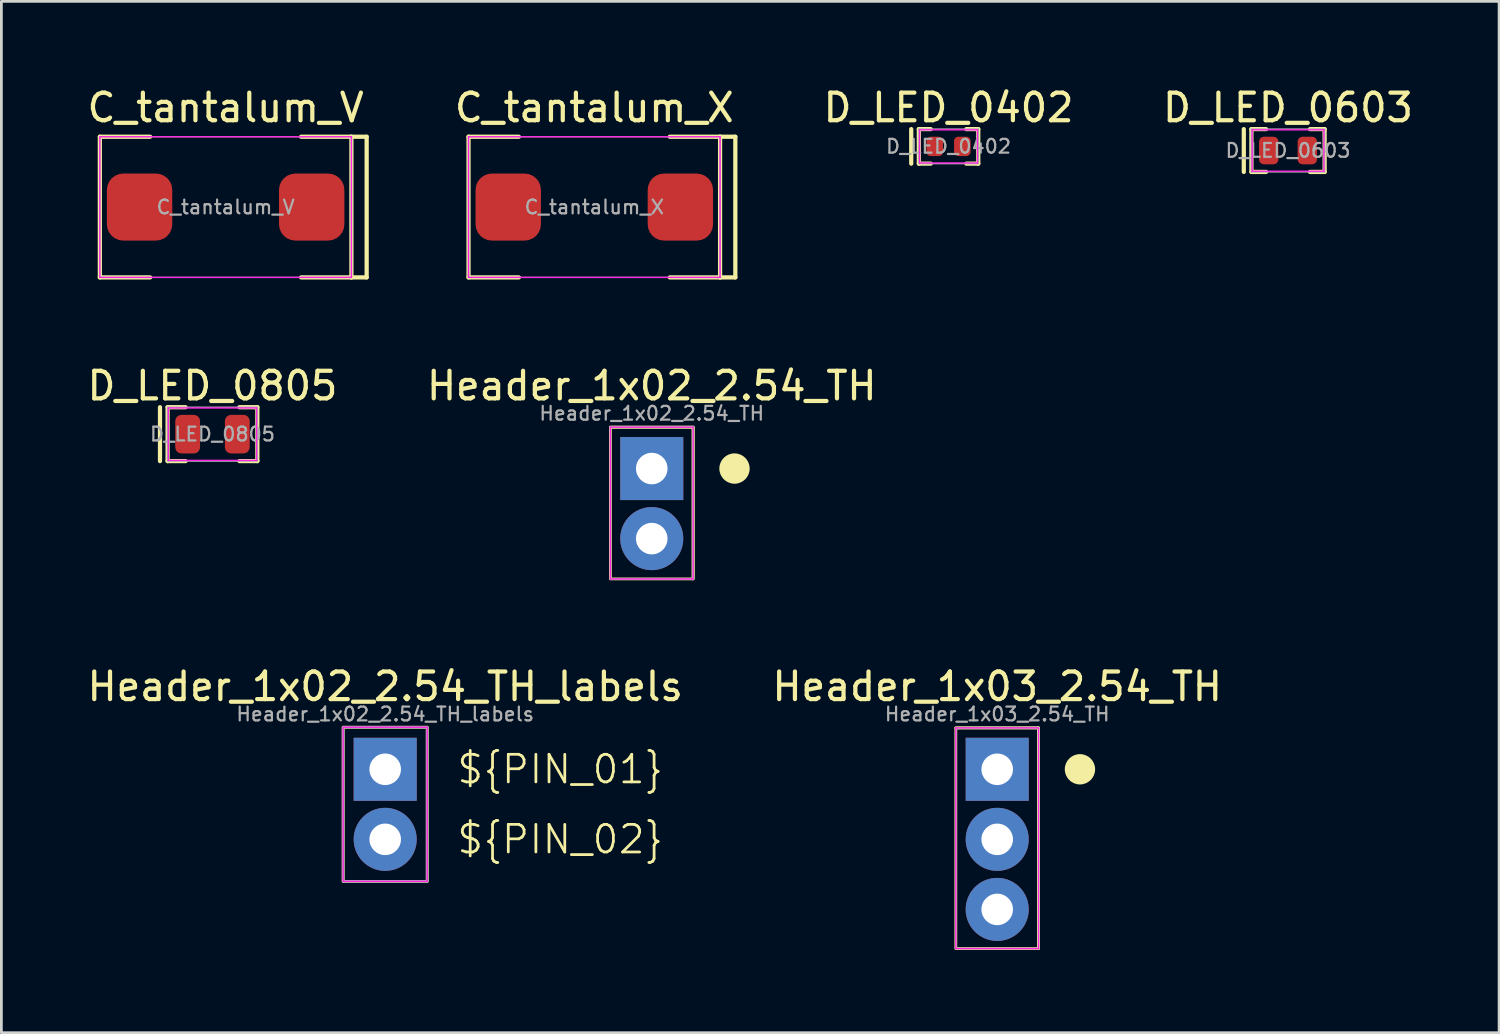
<source format=kicad_pcb>
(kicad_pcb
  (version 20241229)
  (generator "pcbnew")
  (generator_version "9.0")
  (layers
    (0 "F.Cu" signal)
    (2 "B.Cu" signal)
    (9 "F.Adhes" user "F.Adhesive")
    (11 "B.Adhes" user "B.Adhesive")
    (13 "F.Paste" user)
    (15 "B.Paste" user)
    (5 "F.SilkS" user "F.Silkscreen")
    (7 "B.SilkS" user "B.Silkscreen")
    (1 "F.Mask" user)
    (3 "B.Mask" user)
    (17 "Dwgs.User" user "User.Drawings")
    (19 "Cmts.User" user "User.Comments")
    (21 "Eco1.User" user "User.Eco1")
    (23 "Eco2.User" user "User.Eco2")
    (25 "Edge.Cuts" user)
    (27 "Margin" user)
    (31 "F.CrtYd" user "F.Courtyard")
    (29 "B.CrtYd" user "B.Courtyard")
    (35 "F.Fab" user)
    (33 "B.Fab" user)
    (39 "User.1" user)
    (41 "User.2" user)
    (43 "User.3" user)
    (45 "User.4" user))
  (footprint "Header_1x02_2.54_TH_labels"
    (layer "F.Cu")
    (at 10.915 24.84)
    (property "Reference" "Header_1x02_2.54_TH_labels" (at 0 -3 0) (layer "F.SilkS") (effects (font (size 1 1) (thickness 0.153))))
    (attr through_hole)
    (fp_rect (start -1.524 -1.524) (end 1.524 4.064) (stroke (width 0.1) (type default)) (fill no) (layer "F.SilkS"))
    (fp_rect (start -1.524 -1.524) (end 1.524 4.064) (stroke (width 0.05) (type default)) (fill no) (layer "F.CrtYd"))
    (fp_rect (start -1.524 -1.524) (end 1.524 4.064) (stroke (width 0.1) (type default)) (fill no) (layer "F.Fab"))
    (fp_text user "${PIN_01}" (at 2.54 0 0) (unlocked yes) (layer "F.SilkS") (effects (font (size 1 1) (thickness 0.1)) (justify left)))
    (fp_text user "${PIN_02}" (at 2.54 2.54 0) (unlocked yes) (layer "F.SilkS") (effects (font (size 1 1) (thickness 0.1)) (justify left)))
    (fp_text user "${REFERENCE}" (at 0 -2 0) (layer "F.Fab") (effects (font (size 0.5 0.5) (thickness 0.08))))
    (pad "1" thru_hole rect (at 0 0) (size 2.286 2.286) (drill 1.143) (layers "*.Cu" "*.Mask"))
    (pad "2" thru_hole circle (at 0 2.54) (size 2.286 2.286) (drill 1.143) (layers "*.Cu" "*.Mask")))
  (footprint "C_tantalum_X"
    (layer "F.Cu")
    (at 18.496 4.457)
    (property "Reference" "C_tantalum_X" (at 0 -3.603 0) (layer "F.SilkS") (effects (font (size 1 1) (thickness 0.153))))
    (attr smd)
    (fp_line (start -4.56 -2.55) (end -4.56 2.55) (stroke (width 0.153) (type default)) (layer "F.SilkS"))
    (fp_line (start -4.56 -2.55) (end -2.736 -2.55) (stroke (width 0.153) (type default)) (layer "F.SilkS"))
    (fp_line (start -4.56 2.55) (end -2.736 2.55) (stroke (width 0.153) (type default)) (layer "F.SilkS"))
    (fp_line (start 4.56 -2.55) (end 2.736 -2.55) (stroke (width 0.153) (type default)) (layer "F.SilkS"))
    (fp_line (start 4.56 -2.55) (end 4.56 2.55) (stroke (width 0.153) (type default)) (layer "F.SilkS"))
    (fp_line (start 4.56 -2.55) (end 5.113 -2.55) (stroke (width 0.153) (type default)) (layer "F.SilkS"))
    (fp_line (start 4.56 2.55) (end 2.736 2.55) (stroke (width 0.153) (type default)) (layer "F.SilkS"))
    (fp_line (start 4.56 2.55) (end 5.113 2.55) (stroke (width 0.153) (type default)) (layer "F.SilkS"))
    (fp_line (start 5.113 -2.55) (end 5.113 2.55) (stroke (width 0.153) (type default)) (layer "F.SilkS"))
    (fp_line (start -4.56 -2.55) (end 4.56 -2.55) (stroke (width 0.05) (type default)) (layer "F.CrtYd"))
    (fp_line (start -4.56 2.55) (end -4.56 -2.55) (stroke (width 0.05) (type default)) (layer "F.CrtYd"))
    (fp_line (start 4.56 -2.55) (end 4.56 2.55) (stroke (width 0.05) (type default)) (layer "F.CrtYd"))
    (fp_line (start 4.56 2.55) (end -4.56 2.55) (stroke (width 0.05) (type default)) (layer "F.CrtYd"))
    (fp_line (start -4.56 -2.55) (end 4.56 -2.55) (stroke (width 0.05) (type default)) (layer "F.Fab"))
    (fp_line (start -4.56 2.55) (end -4.56 -2.55) (stroke (width 0.05) (type default)) (layer "F.Fab"))
    (fp_line (start 4.56 -2.55) (end 4.56 2.55) (stroke (width 0.05) (type default)) (layer "F.Fab"))
    (fp_line (start 4.56 2.55) (end -4.56 2.55) (stroke (width 0.05) (type default)) (layer "F.Fab"))
    (fp_text user "${REFERENCE}" (at 0 0 0) (layer "F.Fab") (effects (font (size 0.5 0.5) (thickness 0.08))))
    (pad "N" smd roundrect (at -3.12 0) (size 2.37 2.43) (layers "F.Cu" "F.Mask" "F.Paste") (roundrect_rratio 0.25))
    (pad "P" smd roundrect (at 3.12 0) (size 2.37 2.43) (layers "F.Cu" "F.Mask" "F.Paste") (roundrect_rratio 0.25)))
  (footprint "D_LED_0603"
    (layer "F.Cu")
    (at 43.646 2.407)
    (property "Reference" "D_LED_0603" (at 0 -1.553 0) (layer "F.SilkS") (effects (font (size 1 1) (thickness 0.153))))
    (attr smd)
    (fp_line (start -1.603 -0.776) (end -1.603 0.776) (stroke (width 0.153) (type default)) (layer "F.SilkS"))
    (fp_line (start -1.327 -0.776) (end -1.327 0.776) (stroke (width 0.153) (type default)) (layer "F.SilkS"))
    (fp_line (start -1.327 -0.776) (end -0.796 -0.776) (stroke (width 0.153) (type default)) (layer "F.SilkS"))
    (fp_line (start -1.327 0.776) (end -0.796 0.776) (stroke (width 0.153) (type default)) (layer "F.SilkS"))
    (fp_line (start 1.327 -0.776) (end 0.796 -0.776) (stroke (width 0.153) (type default)) (layer "F.SilkS"))
    (fp_line (start 1.327 -0.776) (end 1.327 0.776) (stroke (width 0.153) (type default)) (layer "F.SilkS"))
    (fp_line (start 1.327 0.776) (end 0.796 0.776) (stroke (width 0.153) (type default)) (layer "F.SilkS"))
    (fp_line (start -1.3 -0.75) (end 1.3 -0.75) (stroke (width 0.05) (type default)) (layer "F.CrtYd"))
    (fp_line (start -1.3 0.75) (end -1.3 -0.75) (stroke (width 0.05) (type default)) (layer "F.CrtYd"))
    (fp_line (start 1.3 -0.75) (end 1.3 0.75) (stroke (width 0.05) (type default)) (layer "F.CrtYd"))
    (fp_line (start 1.3 0.75) (end -1.3 0.75) (stroke (width 0.05) (type default)) (layer "F.CrtYd"))
    (fp_line (start -1.327 -0.776) (end 1.327 -0.776) (stroke (width 0.05) (type default)) (layer "F.Fab"))
    (fp_line (start -1.327 0.776) (end -1.327 -0.776) (stroke (width 0.05) (type default)) (layer "F.Fab"))
    (fp_line (start 1.327 -0.776) (end 1.327 0.776) (stroke (width 0.05) (type default)) (layer "F.Fab"))
    (fp_line (start 1.327 0.776) (end -1.327 0.776) (stroke (width 0.05) (type default)) (layer "F.Fab"))
    (fp_text user "${REFERENCE}" (at 0 0 0) (layer "F.Fab") (effects (font (size 0.5 0.5) (thickness 0.08))))
    (pad "A" smd roundrect (at 0.7 0) (size 0.7 1) (layers "F.Cu" "F.Mask" "F.Paste") (roundrect_rratio 0.25))
    (pad "K" smd roundrect (at -0.7 0) (size 0.7 1) (layers "F.Cu" "F.Mask" "F.Paste") (roundrect_rratio 0.25)))
  (footprint "D_LED_0402"
    (layer "F.Cu")
    (at 31.339 2.257)
    (property "Reference" "D_LED_0402" (at 0 -1.403 0) (layer "F.SilkS") (effects (font (size 1 1) (thickness 0.153))))
    (attr smd)
    (fp_line (start -1.353 -0.626) (end -1.353 0.626) (stroke (width 0.153) (type default)) (layer "F.SilkS"))
    (fp_line (start -1.077 -0.626) (end -1.077 0.626) (stroke (width 0.153) (type default)) (layer "F.SilkS"))
    (fp_line (start -1.077 -0.626) (end -0.646 -0.626) (stroke (width 0.153) (type default)) (layer "F.SilkS"))
    (fp_line (start -1.077 0.626) (end -0.646 0.626) (stroke (width 0.153) (type default)) (layer "F.SilkS"))
    (fp_line (start 1.077 -0.626) (end 0.646 -0.626) (stroke (width 0.153) (type default)) (layer "F.SilkS"))
    (fp_line (start 1.077 -0.626) (end 1.077 0.626) (stroke (width 0.153) (type default)) (layer "F.SilkS"))
    (fp_line (start 1.077 0.626) (end 0.646 0.626) (stroke (width 0.153) (type default)) (layer "F.SilkS"))
    (fp_line (start -1.05 -0.6) (end 1.05 -0.6) (stroke (width 0.05) (type default)) (layer "F.CrtYd"))
    (fp_line (start -1.05 0.6) (end -1.05 -0.6) (stroke (width 0.05) (type default)) (layer "F.CrtYd"))
    (fp_line (start 1.05 -0.6) (end 1.05 0.6) (stroke (width 0.05) (type default)) (layer "F.CrtYd"))
    (fp_line (start 1.05 0.6) (end -1.05 0.6) (stroke (width 0.05) (type default)) (layer "F.CrtYd"))
    (fp_line (start -1.077 -0.626) (end 1.077 -0.626) (stroke (width 0.05) (type default)) (layer "F.Fab"))
    (fp_line (start -1.077 0.626) (end -1.077 -0.626) (stroke (width 0.05) (type default)) (layer "F.Fab"))
    (fp_line (start 1.077 -0.626) (end 1.077 0.626) (stroke (width 0.05) (type default)) (layer "F.Fab"))
    (fp_line (start 1.077 0.626) (end -1.077 0.626) (stroke (width 0.05) (type default)) (layer "F.Fab"))
    (fp_text user "${REFERENCE}" (at 0 0 0) (layer "F.Fab") (effects (font (size 0.5 0.5) (thickness 0.08))))
    (pad "A" smd roundrect (at 0.5 0) (size 0.6 0.7) (layers "F.Cu" "F.Mask" "F.Paste") (roundrect_rratio 0.25))
    (pad "K" smd roundrect (at -0.5 0) (size 0.6 0.7) (layers "F.Cu" "F.Mask" "F.Paste") (roundrect_rratio 0.25)))
  (footprint "D_LED_0805"
    (layer "F.Cu")
    (at 4.653 12.69)
    (property "Reference" "D_LED_0805" (at 0 -1.753 0) (layer "F.SilkS") (effects (font (size 1 1) (thickness 0.153))))
    (attr smd)
    (fp_line (start -1.903 -0.977) (end -1.903 0.977) (stroke (width 0.153) (type default)) (layer "F.SilkS"))
    (fp_line (start -1.627 -0.977) (end -1.627 0.977) (stroke (width 0.153) (type default)) (layer "F.SilkS"))
    (fp_line (start -1.627 -0.977) (end -0.976 -0.977) (stroke (width 0.153) (type default)) (layer "F.SilkS"))
    (fp_line (start -1.627 0.977) (end -0.976 0.977) (stroke (width 0.153) (type default)) (layer "F.SilkS"))
    (fp_line (start 1.627 -0.977) (end 0.976 -0.977) (stroke (width 0.153) (type default)) (layer "F.SilkS"))
    (fp_line (start 1.627 -0.977) (end 1.627 0.977) (stroke (width 0.153) (type default)) (layer "F.SilkS"))
    (fp_line (start 1.627 0.977) (end 0.976 0.977) (stroke (width 0.153) (type default)) (layer "F.SilkS"))
    (fp_line (start -1.6 -0.95) (end 1.6 -0.95) (stroke (width 0.05) (type default)) (layer "F.CrtYd"))
    (fp_line (start -1.6 0.95) (end -1.6 -0.95) (stroke (width 0.05) (type default)) (layer "F.CrtYd"))
    (fp_line (start 1.6 -0.95) (end 1.6 0.95) (stroke (width 0.05) (type default)) (layer "F.CrtYd"))
    (fp_line (start 1.6 0.95) (end -1.6 0.95) (stroke (width 0.05) (type default)) (layer "F.CrtYd"))
    (fp_line (start -1.627 -0.977) (end 1.627 -0.977) (stroke (width 0.05) (type default)) (layer "F.Fab"))
    (fp_line (start -1.627 0.977) (end -1.627 -0.977) (stroke (width 0.05) (type default)) (layer "F.Fab"))
    (fp_line (start 1.627 -0.977) (end 1.627 0.977) (stroke (width 0.05) (type default)) (layer "F.Fab"))
    (fp_line (start 1.627 0.977) (end -1.627 0.977) (stroke (width 0.05) (type default)) (layer "F.Fab"))
    (fp_text user "${REFERENCE}" (at 0 0 0) (layer "F.Fab") (effects (font (size 0.5 0.5) (thickness 0.08))))
    (pad "A" smd roundrect (at 0.9 0) (size 0.9 1.4) (layers "F.Cu" "F.Mask" "F.Paste") (roundrect_rratio 0.25))
    (pad "K" smd roundrect (at -0.9 0) (size 0.9 1.4) (layers "F.Cu" "F.Mask" "F.Paste") (roundrect_rratio 0.25)))
  (footprint "Header_1x02_2.54_TH"
    (layer "F.Cu")
    (at 20.579 13.937)
    (property "Reference" "Header_1x02_2.54_TH" (at 0 -3 0) (layer "F.SilkS") (effects (font (size 1 1) (thickness 0.153))))
    (attr through_hole)
    (fp_line (start -1.5 -1.5) (end 1.5 -1.5) (stroke (width 0.1) (type default)) (layer "F.SilkS"))
    (fp_line (start 1.5 -1.5) (end 1.5 4) (stroke (width 0.1) (type default)) (layer "F.SilkS"))
    (fp_rect (start -1.5 -1.5) (end 1.5 4) (stroke (width 0.1) (type default)) (fill no) (layer "F.SilkS"))
    (fp_circle (center 3 0) (end 3.5 0) (stroke (width 0.1) (type solid)) (fill yes) (layer "F.SilkS"))
    (fp_line (start -1.5 -1.5) (end 1.5 -1.5) (stroke (width 0.05) (type default)) (layer "F.CrtYd"))
    (fp_line (start -1.5 4) (end -1.5 -1.5) (stroke (width 0.05) (type default)) (layer "F.CrtYd"))
    (fp_line (start 1.5 -1.5) (end 1.5 4) (stroke (width 0.05) (type default)) (layer "F.CrtYd"))
    (fp_line (start 1.5 4) (end -1.5 4) (stroke (width 0.05) (type default)) (layer "F.CrtYd"))
    (fp_line (start -1.5 -1.5) (end 1.5 -1.5) (stroke (width 0.05) (type default)) (layer "F.Fab"))
    (fp_line (start -1.5 4) (end -1.5 -1.5) (stroke (width 0.05) (type default)) (layer "F.Fab"))
    (fp_line (start 1.5 -1.5) (end 1.5 4) (stroke (width 0.05) (type default)) (layer "F.Fab"))
    (fp_line (start 1.5 4) (end -1.5 4) (stroke (width 0.05) (type default)) (layer "F.Fab"))
    (fp_text user "${REFERENCE}" (at 0 -2 0) (layer "F.Fab") (effects (font (size 0.5 0.5) (thickness 0.08))))
    (pad "1" thru_hole rect (at 0 0) (size 2.286 2.286) (drill 1.143) (layers "*.Cu" "*.Mask"))
    (pad "2" thru_hole circle (at 0 2.54) (size 2.286 2.286) (drill 1.143) (layers "*.Cu" "*.Mask")))
  (footprint "Header_1x03_2.54_TH"
    (layer "F.Cu")
    (at 33.103 24.84)
    (property "Reference" "Header_1x03_2.54_TH" (at 0 -3 0) (layer "F.SilkS") (effects (font (size 1 1) (thickness 0.153))))
    (attr through_hole)
    (fp_line (start -1.5 -1.5) (end 1.5 -1.5) (stroke (width 0.1) (type default)) (layer "F.SilkS"))
    (fp_line (start 1.5 -1.5) (end 1.5 6.5) (stroke (width 0.1) (type default)) (layer "F.SilkS"))
    (fp_rect (start -1.5 -1.5) (end 1.5 6.5) (stroke (width 0.1) (type default)) (fill no) (layer "F.SilkS"))
    (fp_circle (center 3 0) (end 3.5 0) (stroke (width 0.1) (type solid)) (fill yes) (layer "F.SilkS"))
    (fp_line (start -1.5 -1.5) (end 1.5 -1.5) (stroke (width 0.05) (type default)) (layer "F.CrtYd"))
    (fp_line (start -1.5 6.5) (end -1.5 -1.5) (stroke (width 0.05) (type default)) (layer "F.CrtYd"))
    (fp_line (start 1.5 -1.5) (end 1.5 6.5) (stroke (width 0.05) (type default)) (layer "F.CrtYd"))
    (fp_line (start 1.5 6.5) (end -1.5 6.5) (stroke (width 0.05) (type default)) (layer "F.CrtYd"))
    (fp_line (start -1.5 -1.5) (end 1.5 -1.5) (stroke (width 0.05) (type default)) (layer "F.Fab"))
    (fp_line (start -1.5 6.5) (end -1.5 -1.5) (stroke (width 0.05) (type default)) (layer "F.Fab"))
    (fp_line (start 1.5 -1.5) (end 1.5 6.5) (stroke (width 0.05) (type default)) (layer "F.Fab"))
    (fp_line (start 1.5 6.5) (end -1.5 6.5) (stroke (width 0.05) (type default)) (layer "F.Fab"))
    (fp_text user "${REFERENCE}" (at 0 -2 0) (layer "F.Fab") (effects (font (size 0.5 0.5) (thickness 0.08))))
    (pad "1" thru_hole rect (at 0 0) (size 2.286 2.286) (drill 1.143) (layers "*.Cu" "*.Mask"))
    (pad "2" thru_hole circle (at 0 2.54) (size 2.286 2.286) (drill 1.143) (layers "*.Cu" "*.Mask"))
    (pad "3" thru_hole circle (at 0 5.08) (size 2.286 2.286) (drill 1.143) (layers "*.Cu" "*.Mask")))
  (footprint "C_tantalum_V"
    (layer "F.Cu")
    (at 5.13 4.457)
    (property "Reference" "C_tantalum_V" (at 0 -3.603 0) (layer "F.SilkS") (effects (font (size 1 1) (thickness 0.153))))
    (attr smd)
    (fp_line (start -4.56 -2.55) (end -4.56 2.55) (stroke (width 0.153) (type default)) (layer "F.SilkS"))
    (fp_line (start -4.56 -2.55) (end -2.736 -2.55) (stroke (width 0.153) (type default)) (layer "F.SilkS"))
    (fp_line (start -4.56 2.55) (end -2.736 2.55) (stroke (width 0.153) (type default)) (layer "F.SilkS"))
    (fp_line (start 4.56 -2.55) (end 2.736 -2.55) (stroke (width 0.153) (type default)) (layer "F.SilkS"))
    (fp_line (start 4.56 -2.55) (end 4.56 2.55) (stroke (width 0.153) (type default)) (layer "F.SilkS"))
    (fp_line (start 4.56 -2.55) (end 5.113 -2.55) (stroke (width 0.153) (type default)) (layer "F.SilkS"))
    (fp_line (start 4.56 2.55) (end 2.736 2.55) (stroke (width 0.153) (type default)) (layer "F.SilkS"))
    (fp_line (start 4.56 2.55) (end 5.113 2.55) (stroke (width 0.153) (type default)) (layer "F.SilkS"))
    (fp_line (start 5.113 -2.55) (end 5.113 2.55) (stroke (width 0.153) (type default)) (layer "F.SilkS"))
    (fp_line (start -4.56 -2.55) (end 4.56 -2.55) (stroke (width 0.05) (type default)) (layer "F.CrtYd"))
    (fp_line (start -4.56 2.55) (end -4.56 -2.55) (stroke (width 0.05) (type default)) (layer "F.CrtYd"))
    (fp_line (start 4.56 -2.55) (end 4.56 2.55) (stroke (width 0.05) (type default)) (layer "F.CrtYd"))
    (fp_line (start 4.56 2.55) (end -4.56 2.55) (stroke (width 0.05) (type default)) (layer "F.CrtYd"))
    (fp_line (start -4.56 -2.55) (end 4.56 -2.55) (stroke (width 0.05) (type default)) (layer "F.Fab"))
    (fp_line (start -4.56 2.55) (end -4.56 -2.55) (stroke (width 0.05) (type default)) (layer "F.Fab"))
    (fp_line (start 4.56 -2.55) (end 4.56 2.55) (stroke (width 0.05) (type default)) (layer "F.Fab"))
    (fp_line (start 4.56 2.55) (end -4.56 2.55) (stroke (width 0.05) (type default)) (layer "F.Fab"))
    (fp_text user "${REFERENCE}" (at 0 0 0) (layer "F.Fab") (effects (font (size 0.5 0.5) (thickness 0.08))))
    (pad "N" smd roundrect (at -3.12 0) (size 2.37 2.43) (layers "F.Cu" "F.Mask" "F.Paste") (roundrect_rratio 0.25))
    (pad "P" smd roundrect (at 3.12 0) (size 2.37 2.43) (layers "F.Cu" "F.Mask" "F.Paste") (roundrect_rratio 0.25)))
  (gr_rect
    (start -3 -3)
    (end 51.299 34.39)
    (stroke (width 0.1) (type default))
    (fill no)
    (layer "Edge.Cuts")))
</source>
